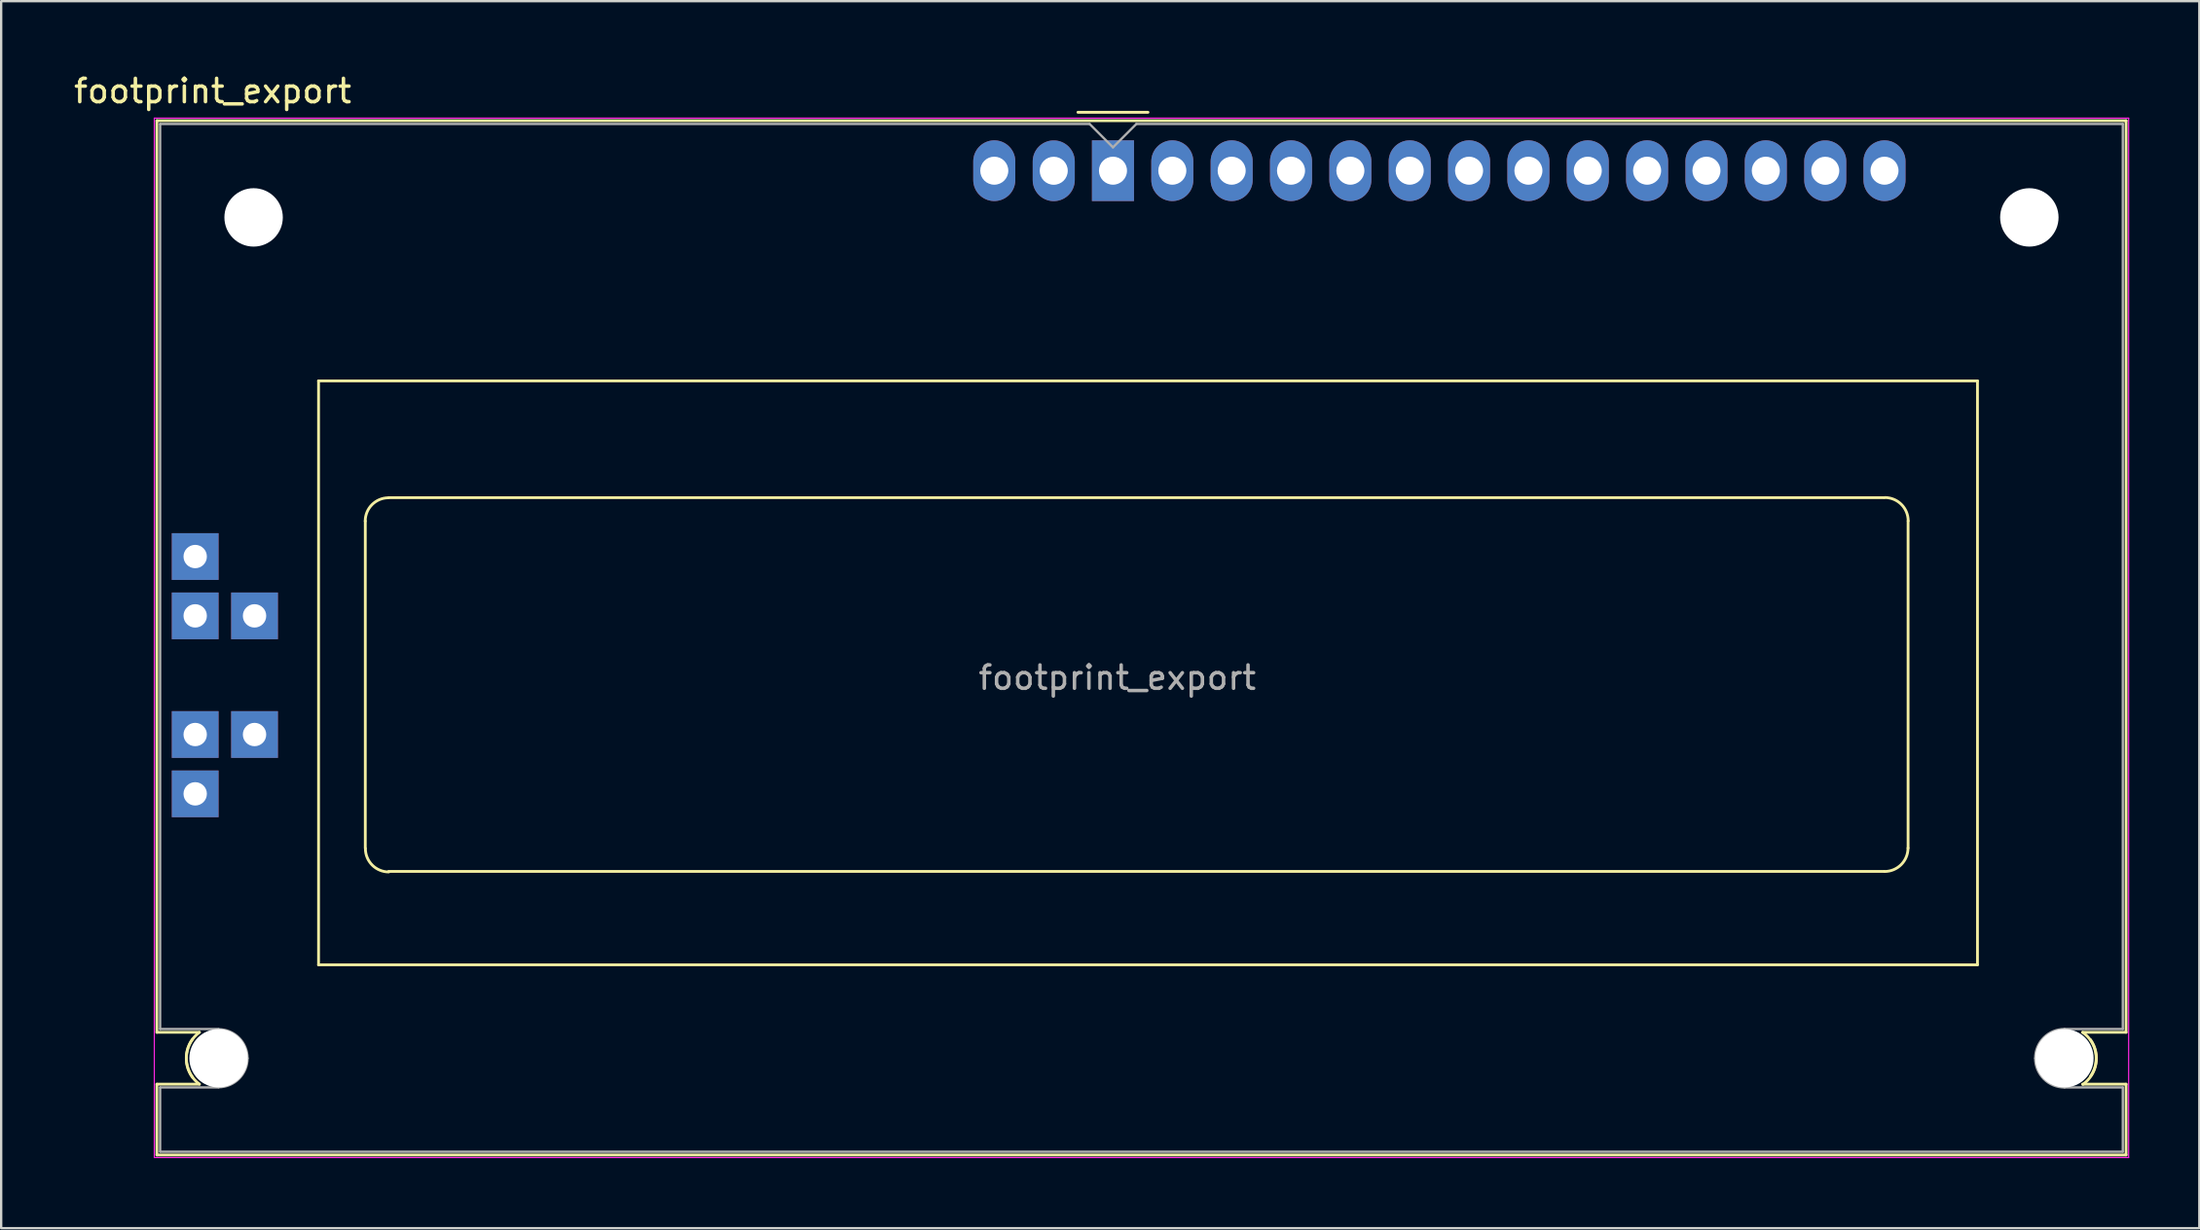
<source format=kicad_pcb>
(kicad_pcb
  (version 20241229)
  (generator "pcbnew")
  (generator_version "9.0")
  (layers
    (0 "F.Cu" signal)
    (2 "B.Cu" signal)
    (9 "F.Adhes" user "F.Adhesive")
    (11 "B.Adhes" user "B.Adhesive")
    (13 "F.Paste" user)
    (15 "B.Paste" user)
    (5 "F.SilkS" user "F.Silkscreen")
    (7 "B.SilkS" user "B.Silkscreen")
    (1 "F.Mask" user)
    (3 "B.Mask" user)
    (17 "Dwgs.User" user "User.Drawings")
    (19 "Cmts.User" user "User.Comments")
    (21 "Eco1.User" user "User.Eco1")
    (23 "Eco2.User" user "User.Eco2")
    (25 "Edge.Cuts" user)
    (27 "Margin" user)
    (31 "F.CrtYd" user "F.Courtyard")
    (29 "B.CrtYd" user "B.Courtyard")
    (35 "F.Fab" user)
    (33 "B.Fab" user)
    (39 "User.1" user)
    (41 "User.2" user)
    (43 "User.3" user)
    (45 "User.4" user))
  (footprint "footprint_export"
    (layer "F.Cu")
    (at 44.584 4.258)
    (property "Reference" "footprint_export" (at -38.53 -3.41 180) (layer "F.SilkS") (effects (font (size 1 1) (thickness 0.15))))
    (attr through_hole)
    (fp_line (start -40.92 -2.14) (end 43.36 -2.14) (stroke (width 0.12) (type solid)) (layer "F.SilkS"))
    (fp_line (start -40.92 36.89) (end -40.92 -2.14) (stroke (width 0.12) (type solid)) (layer "F.SilkS"))
    (fp_line (start -40.92 36.89) (end -39.1 36.89) (stroke (width 0.12) (type solid)) (layer "F.SilkS"))
    (fp_line (start -40.92 39.11) (end -39.1 39.11) (stroke (width 0.12) (type solid)) (layer "F.SilkS"))
    (fp_line (start -40.92 42.14) (end -40.92 39.11) (stroke (width 0.12) (type solid)) (layer "F.SilkS"))
    (fp_line (start -34 9) (end 37 9) (stroke (width 0.12) (type solid)) (layer "F.SilkS"))
    (fp_line (start -34 34) (end -34 9) (stroke (width 0.12) (type solid)) (layer "F.SilkS"))
    (fp_line (start -32 29) (end -32 15) (stroke (width 0.12) (type solid)) (layer "F.SilkS"))
    (fp_line (start -31 14) (end 33 14) (stroke (width 0.12) (type solid)) (layer "F.SilkS"))
    (fp_line (start -1.5 -2.5) (end 1.5 -2.5) (stroke (width 0.12) (type solid)) (layer "F.SilkS"))
    (fp_line (start 33 30) (end -31 30) (stroke (width 0.12) (type solid)) (layer "F.SilkS"))
    (fp_line (start 34.03 15) (end 34.03 29) (stroke (width 0.12) (type solid)) (layer "F.SilkS"))
    (fp_line (start 37 9) (end 37 34) (stroke (width 0.12) (type solid)) (layer "F.SilkS"))
    (fp_line (start 37 34) (end -34 34) (stroke (width 0.12) (type solid)) (layer "F.SilkS"))
    (fp_line (start 41.5 39.11) (end 43.36 39.11) (stroke (width 0.12) (type solid)) (layer "F.SilkS"))
    (fp_line (start 43.36 -2.14) (end 43.36 36.89) (stroke (width 0.12) (type solid)) (layer "F.SilkS"))
    (fp_line (start 43.36 36.89) (end 41.5 36.89) (stroke (width 0.12) (type solid)) (layer "F.SilkS"))
    (fp_line (start 43.36 39.11) (end 43.36 42.14) (stroke (width 0.12) (type solid)) (layer "F.SilkS"))
    (fp_line (start 43.36 42.14) (end -40.92 42.14) (stroke (width 0.12) (type solid)) (layer "F.SilkS"))
    (fp_arc (start -39.39 38.82) (mid -39.644716 37.794939) (end -39.1 36.89) (stroke (width 0.12) (type solid)) (layer "F.SilkS"))
    (fp_arc (start -39.1 39.11) (mid -39.644716 38.205061) (end -39.39 37.18) (stroke (width 0.12) (type solid)) (layer "F.SilkS"))
    (fp_arc (start -32.00286 15.00246) (mid -31.710488 14.296612) (end -31.00464 14.00424) (stroke (width 0.12) (type solid)) (layer "F.SilkS"))
    (fp_arc (start -30.99464 30.0237) (mid -31.702284 29.730584) (end -31.9954 29.02294) (stroke (width 0.12) (type solid)) (layer "F.SilkS"))
    (fp_arc (start 33.03574 13.99424) (mid 33.741588 14.286612) (end 34.03396 14.99246) (stroke (width 0.12) (type solid)) (layer "F.SilkS"))
    (fp_arc (start 34.0265 29.00294) (mid 33.733384 29.710584) (end 33.02574 30.0037) (stroke (width 0.12) (type solid)) (layer "F.SilkS"))
    (fp_arc (start 41.5 36.89) (mid 42.059361 37.759584) (end 41.84 38.77) (stroke (width 0.12) (type solid)) (layer "F.SilkS"))
    (fp_arc (start 41.84 37.21) (mid 42.070574 38.233345) (end 41.51 39.12) (stroke (width 0.12) (type solid)) (layer "F.SilkS"))
    (fp_line (start -41.03 -2.25) (end 43.47 -2.25) (stroke (width 0.05) (type solid)) (layer "F.CrtYd"))
    (fp_line (start -41.03 42.25) (end -41.03 -2.25) (stroke (width 0.05) (type solid)) (layer "F.CrtYd"))
    (fp_line (start -41.03 42.25) (end 43.47 42.25) (stroke (width 0.05) (type solid)) (layer "F.CrtYd"))
    (fp_line (start 43.47 42.25) (end 43.47 -2.25) (stroke (width 0.05) (type solid)) (layer "F.CrtYd"))
    (fp_line (start -40.78 -2) (end -1 -2) (stroke (width 0.1) (type solid)) (layer "F.Fab"))
    (fp_line (start -40.78 36.75) (end -40.78 -2) (stroke (width 0.1) (type solid)) (layer "F.Fab"))
    (fp_line (start -40.78 36.75) (end -38.28 36.75) (stroke (width 0.1) (type solid)) (layer "F.Fab"))
    (fp_line (start -40.78 39.25) (end -38.28 39.25) (stroke (width 0.1) (type solid)) (layer "F.Fab"))
    (fp_line (start -40.78 41.99) (end -40.78 39.25) (stroke (width 0.1) (type solid)) (layer "F.Fab"))
    (fp_line (start -1 -2) (end 0 -1) (stroke (width 0.1) (type solid)) (layer "F.Fab"))
    (fp_line (start 0 -1) (end 1 -2) (stroke (width 0.1) (type solid)) (layer "F.Fab"))
    (fp_line (start 1 -2) (end 43.22 -2) (stroke (width 0.1) (type solid)) (layer "F.Fab"))
    (fp_line (start 40.72 39.25) (end 43.22 39.25) (stroke (width 0.1) (type solid)) (layer "F.Fab"))
    (fp_line (start 43.22 -2) (end 43.22 36.75) (stroke (width 0.1) (type solid)) (layer "F.Fab"))
    (fp_line (start 43.22 36.75) (end 40.72 36.75) (stroke (width 0.1) (type solid)) (layer "F.Fab"))
    (fp_line (start 43.22 39.25) (end 43.22 42) (stroke (width 0.1) (type solid)) (layer "F.Fab"))
    (fp_line (start 43.22 42) (end -40.78 42) (stroke (width 0.1) (type solid)) (layer "F.Fab"))
    (fp_arc (start -38.28 36.76) (mid -37.403188 37.123188) (end -37.04 38) (stroke (width 0.1) (type solid)) (layer "F.Fab"))
    (fp_arc (start -37.04 38) (mid -37.403188 38.876812) (end -38.28 39.24) (stroke (width 0.1) (type solid)) (layer "F.Fab"))
    (fp_arc (start 39.47 37.99) (mid 39.843188 37.109045) (end 40.73 36.75) (stroke (width 0.1) (type solid)) (layer "F.Fab"))
    (fp_arc (start 40.73 39.25) (mid 39.843188 38.890955) (end 39.47 38.01) (stroke (width 0.1) (type solid)) (layer "F.Fab"))
    (fp_text user "${REFERENCE}" (at 0.185 21.705 0) (layer "F.Fab") (effects (font (size 1 1) (thickness 0.15))))
    (pad "" np_thru_hole circle (at -38.28 38 180) (size 2.5 2.5) (drill 2.5) (layers "*.Cu" "*.Mask"))
    (pad "" np_thru_hole circle (at -36.78 2 180) (size 2.5 2.5) (drill 2.5) (layers "*.Cu" "*.Mask"))
    (pad "" np_thru_hole circle (at 39.22 2 180) (size 2.5 2.5) (drill 2.5) (layers "*.Cu" "*.Mask"))
    (pad "" np_thru_hole circle (at 40.72 38 180) (size 2.5 2.5) (drill 2.5) (layers "*.Cu" "*.Mask"))
    (pad "1" thru_hole rect (at 0 0 180) (size 1.8 2.6) (drill 1.2) (layers "*.Cu" "*.Mask"))
    (pad "2" thru_hole oval (at 2.54 0 180) (size 1.8 2.6) (drill 1.2) (layers "*.Cu" "*.Mask"))
    (pad "3" thru_hole oval (at 5.08 0 180) (size 1.8 2.6) (drill 1.2) (layers "*.Cu" "*.Mask"))
    (pad "4" thru_hole oval (at 7.62 0 180) (size 1.8 2.6) (drill 1.2) (layers "*.Cu" "*.Mask"))
    (pad "5" thru_hole oval (at 10.16 0 180) (size 1.8 2.6) (drill 1.2) (layers "*.Cu" "*.Mask"))
    (pad "6" thru_hole oval (at 12.7 0 180) (size 1.8 2.6) (drill 1.2) (layers "*.Cu" "*.Mask"))
    (pad "7" thru_hole oval (at 15.24 0 180) (size 1.8 2.6) (drill 1.2) (layers "*.Cu" "*.Mask"))
    (pad "8" thru_hole oval (at 17.78 0 180) (size 1.8 2.6) (drill 1.2) (layers "*.Cu" "*.Mask"))
    (pad "9" thru_hole oval (at 20.32 0 180) (size 1.8 2.6) (drill 1.2) (layers "*.Cu" "*.Mask"))
    (pad "10" thru_hole oval (at 22.86 0 180) (size 1.8 2.6) (drill 1.2) (layers "*.Cu" "*.Mask"))
    (pad "11" thru_hole oval (at 25.4 0 180) (size 1.8 2.6) (drill 1.2) (layers "*.Cu" "*.Mask"))
    (pad "12" thru_hole oval (at 27.94 0 180) (size 1.8 2.6) (drill 1.2) (layers "*.Cu" "*.Mask"))
    (pad "13" thru_hole oval (at 30.485 0.003 180) (size 1.8 2.6) (drill 1.2) (layers "*.Cu" "*.Mask"))
    (pad "14" thru_hole oval (at 33.02 0 180) (size 1.8 2.6) (drill 1.2) (layers "*.Cu" "*.Mask"))
    (pad "15" thru_hole oval (at -5.08 0 180) (size 1.8 2.6) (drill 1.2) (layers "*.Cu" "*.Mask"))
    (pad "16" thru_hole oval (at -2.535 0.003 180) (size 1.8 2.6) (drill 1.2) (layers "*.Cu" "*.Mask"))
    (pad "A1" thru_hole rect (at -39.28 24.14 180) (size 2 2) (drill 1) (layers "*.Cu" "*.Mask"))
    (pad "A1" thru_hole rect (at -39.28 26.68 180) (size 2 2) (drill 1) (layers "*.Cu" "*.Mask"))
    (pad "A1" thru_hole rect (at -36.74 24.14 180) (size 2 2) (drill 1) (layers "*.Cu" "*.Mask"))
    (pad "K1" thru_hole rect (at -39.28 16.52 180) (size 2 2) (drill 1) (layers "*.Cu" "*.Mask"))
    (pad "K1" thru_hole rect (at -39.28 19.06 180) (size 2 2) (drill 1) (layers "*.Cu" "*.Mask"))
    (pad "K1" thru_hole rect (at -36.74 19.06 180) (size 2 2) (drill 1) (layers "*.Cu" "*.Mask")))
  (gr_rect
    (start -3 -3)
    (end 91.079 49.533)
    (stroke (width 0.1) (type default))
    (fill no)
    (layer "Edge.Cuts")))
</source>
